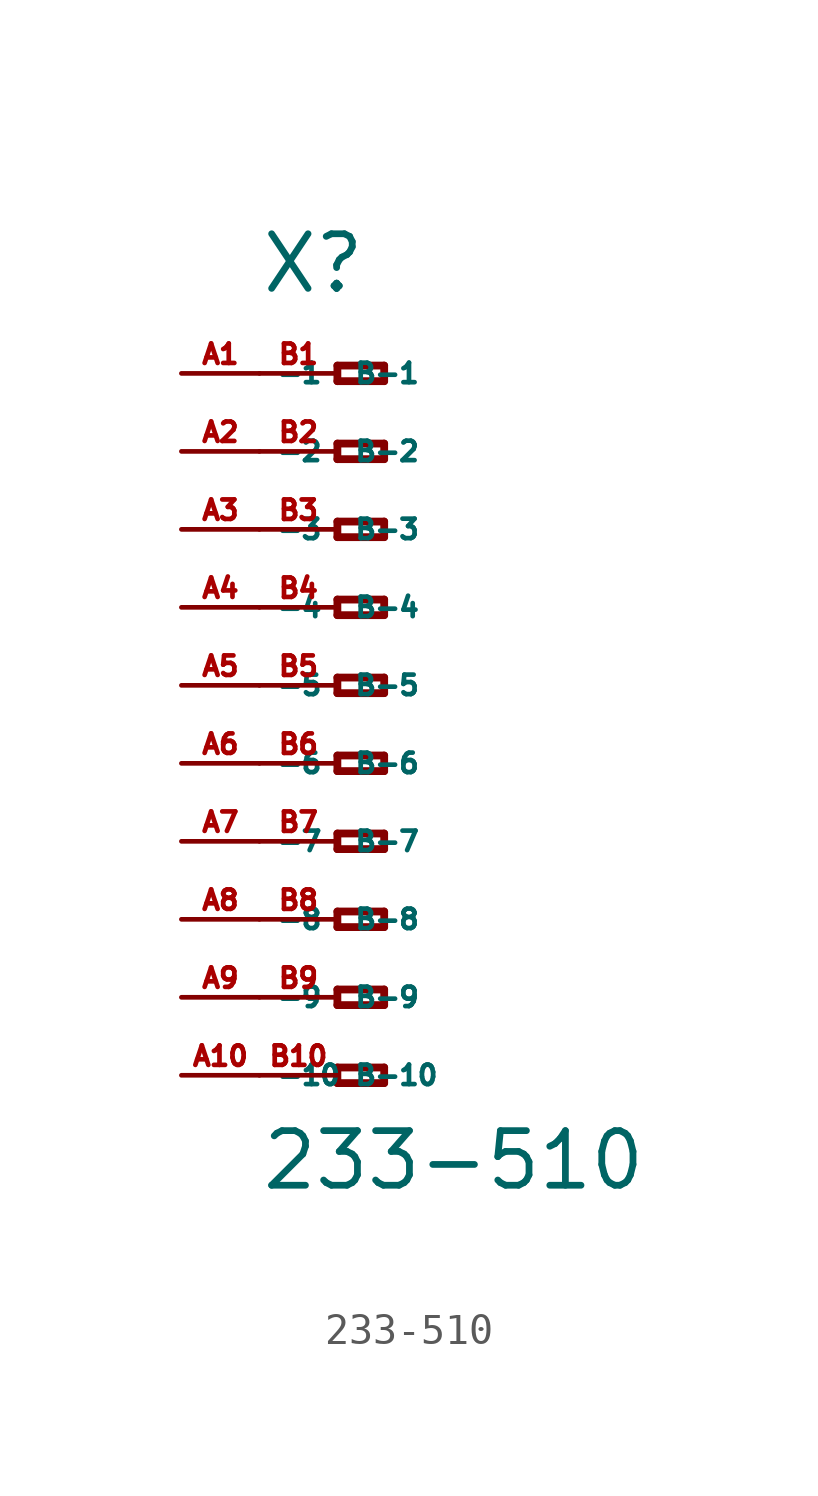
<source format=kicad_sym>
(kicad_symbol_lib
  (version 20220914)
  (generator Eagle2Kicad)
  (symbol "233-510"
    (property "Reference" "X"
      (at -5.08 12.7 0)
      (effects (font (size 1.778 1.778) (thickness 0.22)) (justify left bottom)))
    (property "Value" "233-510"
      (at -5.08 -16.51 0)
      (effects (font (size 1.778 1.778) (thickness 0.22)) (justify left bottom)))
    (polyline
      (pts (xy -2.54 10.414) (xy -2.54 9.906))
      (stroke (width 0.254) (type default))
      (fill (type none)))
    (polyline
      (pts (xy -2.54 9.906) (xy -1.016 9.906))
      (stroke (width 0.254) (type default))
      (fill (type none)))
    (polyline
      (pts (xy -1.016 9.906) (xy -1.016 10.414))
      (stroke (width 0.254) (type default))
      (fill (type none)))
    (polyline
      (pts (xy -1.016 10.414) (xy -2.54 10.414))
      (stroke (width 0.254) (type default))
      (fill (type none)))
    (polyline
      (pts (xy -2.54 7.874) (xy -2.54 7.366))
      (stroke (width 0.254) (type default))
      (fill (type none)))
    (polyline
      (pts (xy -2.54 7.366) (xy -1.016 7.366))
      (stroke (width 0.254) (type default))
      (fill (type none)))
    (polyline
      (pts (xy -1.016 7.366) (xy -1.016 7.874))
      (stroke (width 0.254) (type default))
      (fill (type none)))
    (polyline
      (pts (xy -1.016 7.874) (xy -2.54 7.874))
      (stroke (width 0.254) (type default))
      (fill (type none)))
    (polyline
      (pts (xy -2.54 5.334) (xy -2.54 4.826))
      (stroke (width 0.254) (type default))
      (fill (type none)))
    (polyline
      (pts (xy -2.54 4.826) (xy -1.016 4.826))
      (stroke (width 0.254) (type default))
      (fill (type none)))
    (polyline
      (pts (xy -1.016 4.826) (xy -1.016 5.334))
      (stroke (width 0.254) (type default))
      (fill (type none)))
    (polyline
      (pts (xy -1.016 5.334) (xy -2.54 5.334))
      (stroke (width 0.254) (type default))
      (fill (type none)))
    (polyline
      (pts (xy -2.54 2.794) (xy -2.54 2.286))
      (stroke (width 0.254) (type default))
      (fill (type none)))
    (polyline
      (pts (xy -2.54 2.286) (xy -1.016 2.286))
      (stroke (width 0.254) (type default))
      (fill (type none)))
    (polyline
      (pts (xy -1.016 2.286) (xy -1.016 2.794))
      (stroke (width 0.254) (type default))
      (fill (type none)))
    (polyline
      (pts (xy -1.016 2.794) (xy -2.54 2.794))
      (stroke (width 0.254) (type default))
      (fill (type none)))
    (polyline
      (pts (xy -2.54 0.254) (xy -2.54 -0.254))
      (stroke (width 0.254) (type default))
      (fill (type none)))
    (polyline
      (pts (xy -2.54 -0.254) (xy -1.016 -0.254))
      (stroke (width 0.254) (type default))
      (fill (type none)))
    (polyline
      (pts (xy -1.016 -0.254) (xy -1.016 0.254))
      (stroke (width 0.254) (type default))
      (fill (type none)))
    (polyline
      (pts (xy -1.016 0.254) (xy -2.54 0.254))
      (stroke (width 0.254) (type default))
      (fill (type none)))
    (polyline
      (pts (xy -2.54 -2.286) (xy -2.54 -2.794))
      (stroke (width 0.254) (type default))
      (fill (type none)))
    (polyline
      (pts (xy -2.54 -2.794) (xy -1.016 -2.794))
      (stroke (width 0.254) (type default))
      (fill (type none)))
    (polyline
      (pts (xy -1.016 -2.794) (xy -1.016 -2.286))
      (stroke (width 0.254) (type default))
      (fill (type none)))
    (polyline
      (pts (xy -1.016 -2.286) (xy -2.54 -2.286))
      (stroke (width 0.254) (type default))
      (fill (type none)))
    (polyline
      (pts (xy -2.54 -4.826) (xy -2.54 -5.334))
      (stroke (width 0.254) (type default))
      (fill (type none)))
    (polyline
      (pts (xy -2.54 -5.334) (xy -1.016 -5.334))
      (stroke (width 0.254) (type default))
      (fill (type none)))
    (polyline
      (pts (xy -1.016 -5.334) (xy -1.016 -4.826))
      (stroke (width 0.254) (type default))
      (fill (type none)))
    (polyline
      (pts (xy -1.016 -4.826) (xy -2.54 -4.826))
      (stroke (width 0.254) (type default))
      (fill (type none)))
    (polyline
      (pts (xy -2.54 -7.366) (xy -2.54 -7.874))
      (stroke (width 0.254) (type default))
      (fill (type none)))
    (polyline
      (pts (xy -2.54 -7.874) (xy -1.016 -7.874))
      (stroke (width 0.254) (type default))
      (fill (type none)))
    (polyline
      (pts (xy -1.016 -7.874) (xy -1.016 -7.366))
      (stroke (width 0.254) (type default))
      (fill (type none)))
    (polyline
      (pts (xy -1.016 -7.366) (xy -2.54 -7.366))
      (stroke (width 0.254) (type default))
      (fill (type none)))
    (polyline
      (pts (xy -2.54 -9.906) (xy -2.54 -10.414))
      (stroke (width 0.254) (type default))
      (fill (type none)))
    (polyline
      (pts (xy -2.54 -10.414) (xy -1.016 -10.414))
      (stroke (width 0.254) (type default))
      (fill (type none)))
    (polyline
      (pts (xy -1.016 -10.414) (xy -1.016 -9.906))
      (stroke (width 0.254) (type default))
      (fill (type none)))
    (polyline
      (pts (xy -1.016 -9.906) (xy -2.54 -9.906))
      (stroke (width 0.254) (type default))
      (fill (type none)))
    (polyline
      (pts (xy -2.54 -12.446) (xy -2.54 -12.954))
      (stroke (width 0.254) (type default))
      (fill (type none)))
    (polyline
      (pts (xy -2.54 -12.954) (xy -1.016 -12.954))
      (stroke (width 0.254) (type default))
      (fill (type none)))
    (polyline
      (pts (xy -1.016 -12.954) (xy -1.016 -12.446))
      (stroke (width 0.254) (type default))
      (fill (type none)))
    (polyline
      (pts (xy -1.016 -12.446) (xy -2.54 -12.446))
      (stroke (width 0.254) (type default))
      (fill (type none)))
    (pin passive line
      (at -7.62 10.16 0)
      (length 2.54)
      (name "-1" (effects (font (size 0.635 0.635) (thickness 0.08)) (justify left bottom)))
      (number "A1" (effects (font (size 0.635 0.635) (thickness 0.08)) (justify left bottom))))
    (pin passive line
      (at -7.62 7.62 0)
      (length 2.54)
      (name "-2" (effects (font (size 0.635 0.635) (thickness 0.08)) (justify left bottom)))
      (number "A2" (effects (font (size 0.635 0.635) (thickness 0.08)) (justify left bottom))))
    (pin passive line
      (at -7.62 5.08 0)
      (length 2.54)
      (name "-3" (effects (font (size 0.635 0.635) (thickness 0.08)) (justify left bottom)))
      (number "A3" (effects (font (size 0.635 0.635) (thickness 0.08)) (justify left bottom))))
    (pin passive line
      (at -7.62 2.54 0)
      (length 2.54)
      (name "-4" (effects (font (size 0.635 0.635) (thickness 0.08)) (justify left bottom)))
      (number "A4" (effects (font (size 0.635 0.635) (thickness 0.08)) (justify left bottom))))
    (pin passive line
      (at -7.62 0 0)
      (length 2.54)
      (name "-5" (effects (font (size 0.635 0.635) (thickness 0.08)) (justify left bottom)))
      (number "A5" (effects (font (size 0.635 0.635) (thickness 0.08)) (justify left bottom))))
    (pin passive line
      (at -7.62 -2.54 0)
      (length 2.54)
      (name "-6" (effects (font (size 0.635 0.635) (thickness 0.08)) (justify left bottom)))
      (number "A6" (effects (font (size 0.635 0.635) (thickness 0.08)) (justify left bottom))))
    (pin passive line
      (at -7.62 -5.08 0)
      (length 2.54)
      (name "-7" (effects (font (size 0.635 0.635) (thickness 0.08)) (justify left bottom)))
      (number "A7" (effects (font (size 0.635 0.635) (thickness 0.08)) (justify left bottom))))
    (pin passive line
      (at -7.62 -7.62 0)
      (length 2.54)
      (name "-8" (effects (font (size 0.635 0.635) (thickness 0.08)) (justify left bottom)))
      (number "A8" (effects (font (size 0.635 0.635) (thickness 0.08)) (justify left bottom))))
    (pin passive line
      (at -7.62 -10.16 0)
      (length 2.54)
      (name "-9" (effects (font (size 0.635 0.635) (thickness 0.08)) (justify left bottom)))
      (number "A9" (effects (font (size 0.635 0.635) (thickness 0.08)) (justify left bottom))))
    (pin passive line
      (at -7.62 -12.7 0)
      (length 2.54)
      (name "-10" (effects (font (size 0.635 0.635) (thickness 0.08)) (justify left bottom)))
      (number "A10" (effects (font (size 0.635 0.635) (thickness 0.08)) (justify left bottom))))
    (pin passive line
      (at -5.08 -12.7 0)
      (length 2.54)
      (name "B-10" (effects (font (size 0.635 0.635) (thickness 0.08)) (justify left bottom)))
      (number "B10" (effects (font (size 0.635 0.635) (thickness 0.08)) (justify left bottom))))
    (pin passive line
      (at -5.08 10.16 0)
      (length 2.54)
      (name "B-1" (effects (font (size 0.635 0.635) (thickness 0.08)) (justify left bottom)))
      (number "B1" (effects (font (size 0.635 0.635) (thickness 0.08)) (justify left bottom))))
    (pin passive line
      (at -5.08 7.62 0)
      (length 2.54)
      (name "B-2" (effects (font (size 0.635 0.635) (thickness 0.08)) (justify left bottom)))
      (number "B2" (effects (font (size 0.635 0.635) (thickness 0.08)) (justify left bottom))))
    (pin passive line
      (at -5.08 5.08 0)
      (length 2.54)
      (name "B-3" (effects (font (size 0.635 0.635) (thickness 0.08)) (justify left bottom)))
      (number "B3" (effects (font (size 0.635 0.635) (thickness 0.08)) (justify left bottom))))
    (pin passive line
      (at -5.08 2.54 0)
      (length 2.54)
      (name "B-4" (effects (font (size 0.635 0.635) (thickness 0.08)) (justify left bottom)))
      (number "B4" (effects (font (size 0.635 0.635) (thickness 0.08)) (justify left bottom))))
    (pin passive line
      (at -5.08 0 0)
      (length 2.54)
      (name "B-5" (effects (font (size 0.635 0.635) (thickness 0.08)) (justify left bottom)))
      (number "B5" (effects (font (size 0.635 0.635) (thickness 0.08)) (justify left bottom))))
    (pin passive line
      (at -5.08 -2.54 0)
      (length 2.54)
      (name "B-6" (effects (font (size 0.635 0.635) (thickness 0.08)) (justify left bottom)))
      (number "B6" (effects (font (size 0.635 0.635) (thickness 0.08)) (justify left bottom))))
    (pin passive line
      (at -5.08 -5.08 0)
      (length 2.54)
      (name "B-7" (effects (font (size 0.635 0.635) (thickness 0.08)) (justify left bottom)))
      (number "B7" (effects (font (size 0.635 0.635) (thickness 0.08)) (justify left bottom))))
    (pin passive line
      (at -5.08 -7.62 0)
      (length 2.54)
      (name "B-8" (effects (font (size 0.635 0.635) (thickness 0.08)) (justify left bottom)))
      (number "B8" (effects (font (size 0.635 0.635) (thickness 0.08)) (justify left bottom))))
    (pin passive line
      (at -5.08 -10.16 0)
      (length 2.54)
      (name "B-9" (effects (font (size 0.635 0.635) (thickness 0.08)) (justify left bottom)))
      (number "B9" (effects (font (size 0.635 0.635) (thickness 0.08)) (justify left bottom))))))
</source>
